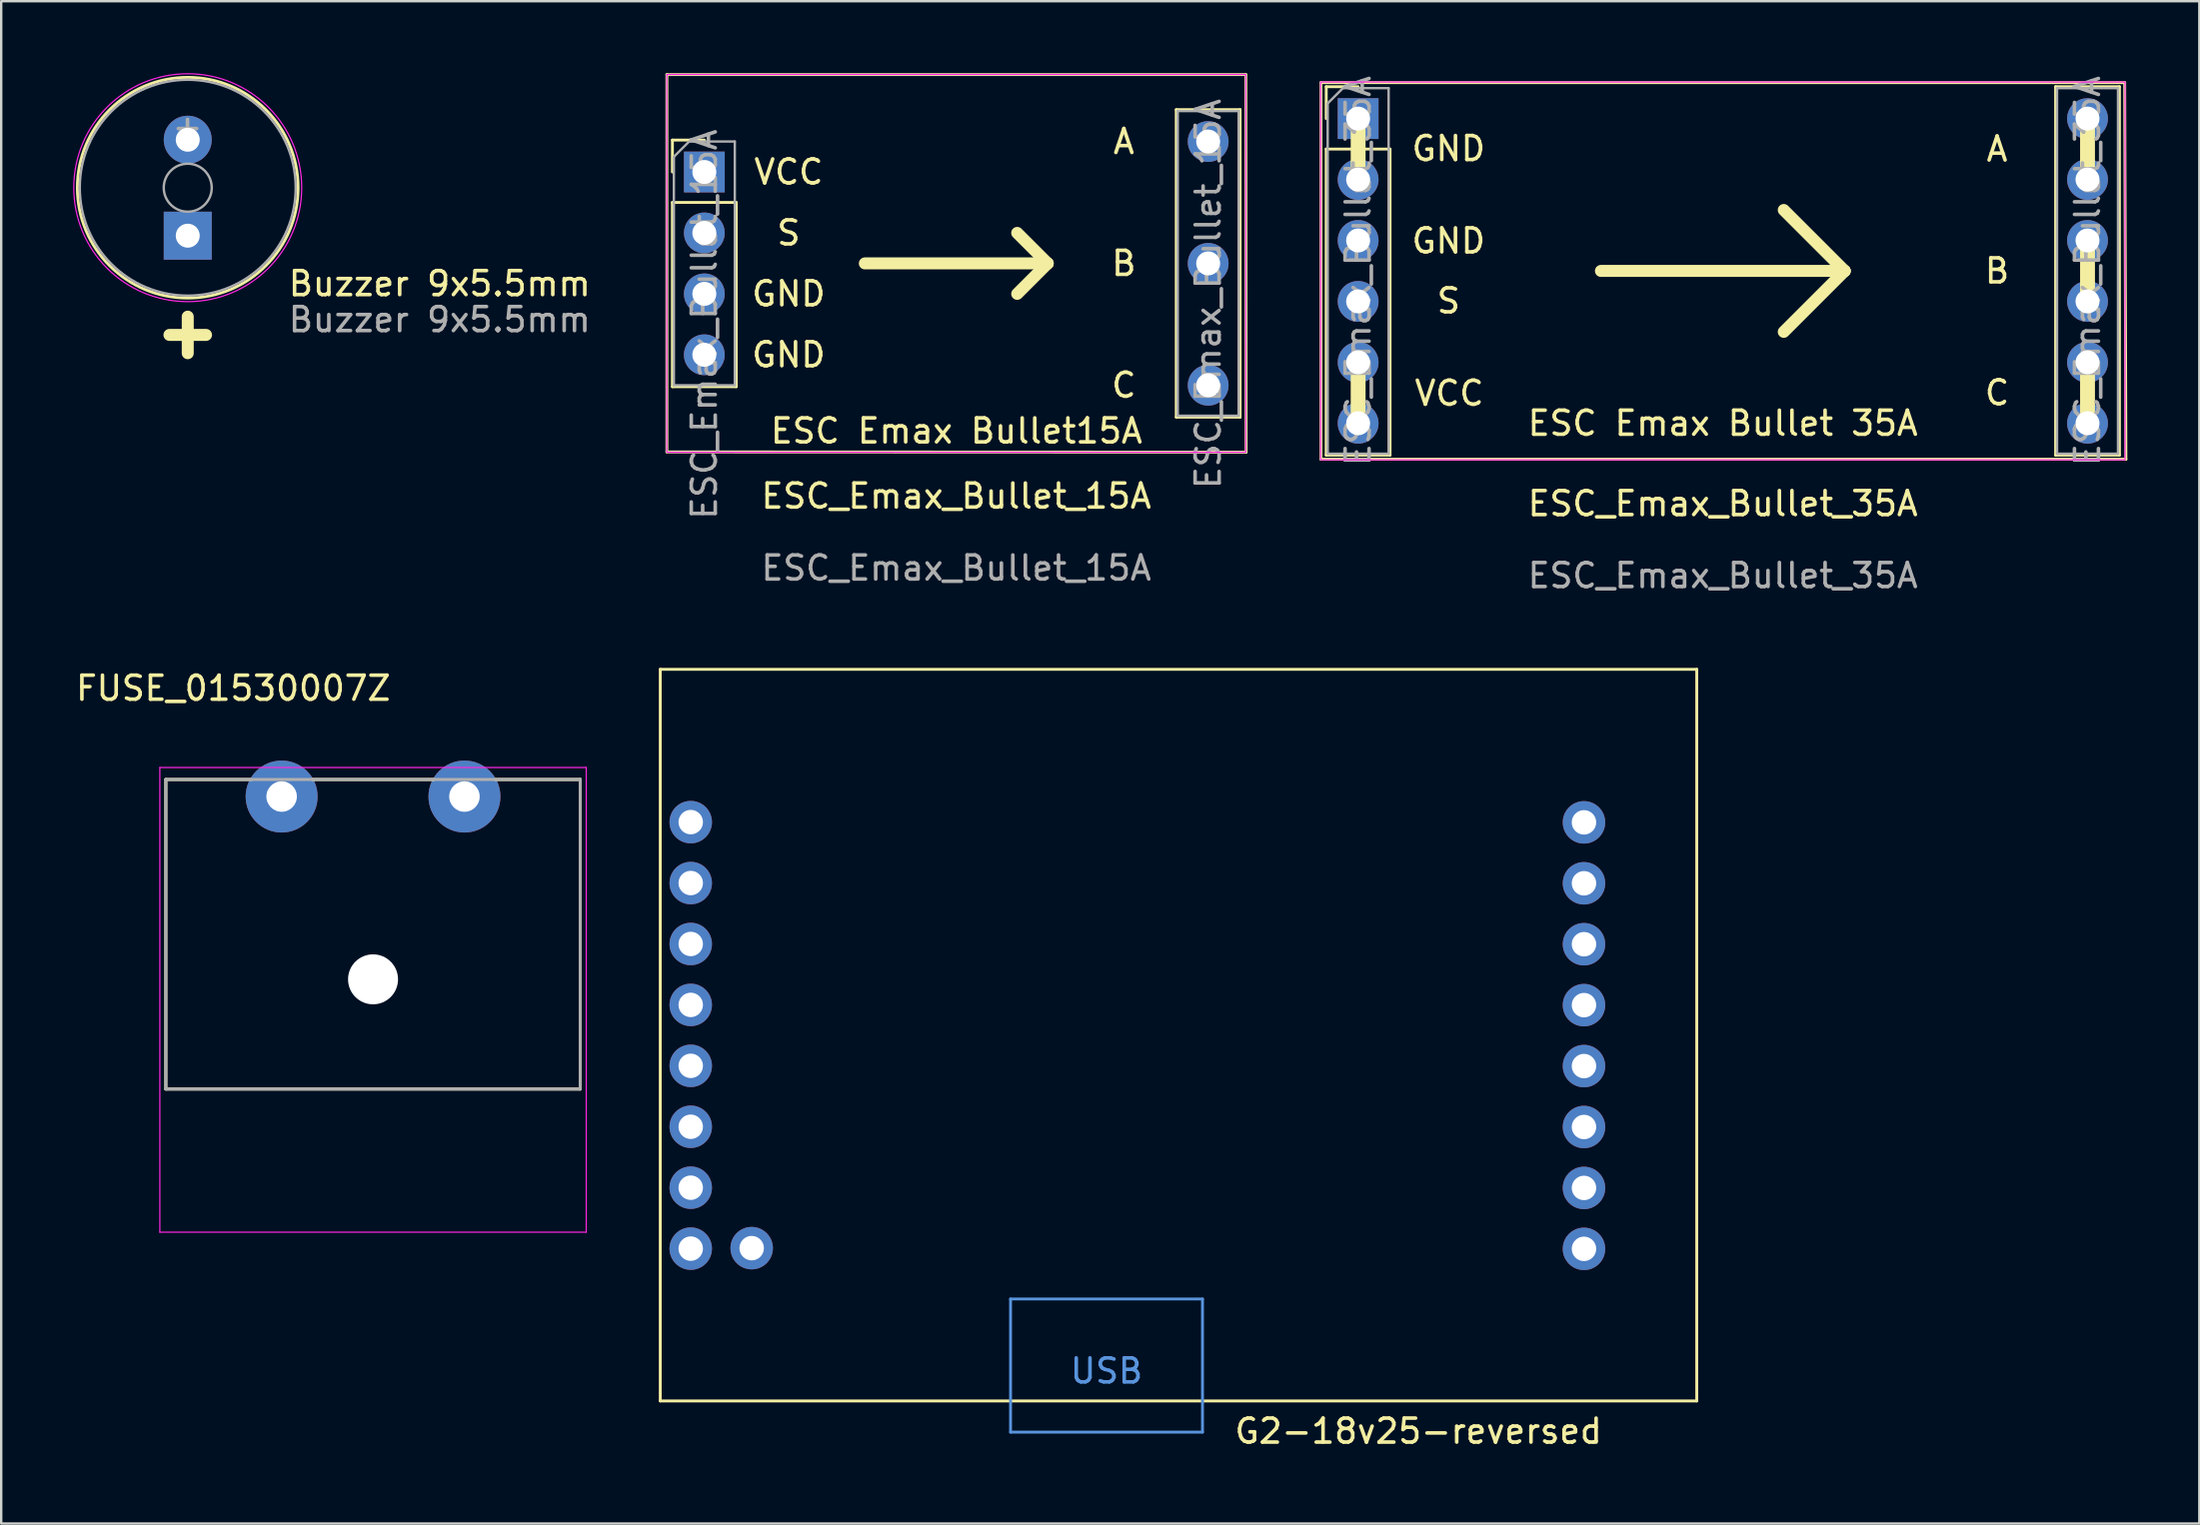
<source format=kicad_pcb>
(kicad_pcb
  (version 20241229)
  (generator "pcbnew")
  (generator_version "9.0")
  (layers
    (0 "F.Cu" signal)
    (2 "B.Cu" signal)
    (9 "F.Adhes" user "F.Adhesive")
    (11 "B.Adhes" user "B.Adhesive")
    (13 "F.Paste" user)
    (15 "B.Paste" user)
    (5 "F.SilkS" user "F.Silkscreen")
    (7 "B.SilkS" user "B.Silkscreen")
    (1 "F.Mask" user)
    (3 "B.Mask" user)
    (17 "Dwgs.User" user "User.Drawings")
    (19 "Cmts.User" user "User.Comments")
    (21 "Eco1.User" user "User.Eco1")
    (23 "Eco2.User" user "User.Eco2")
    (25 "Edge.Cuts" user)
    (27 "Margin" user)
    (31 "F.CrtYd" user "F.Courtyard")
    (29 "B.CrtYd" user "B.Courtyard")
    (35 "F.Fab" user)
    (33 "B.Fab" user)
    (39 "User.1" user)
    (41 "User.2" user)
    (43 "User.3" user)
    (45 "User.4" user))
  (footprint "ESC_Emax_Bullet_15A"
    (layer "F.Cu")
    (at 36.806 7.93)
    (property "Reference" "ESC_Emax_Bullet_15A" (at 0 9.7 0) (unlocked yes) (layer "F.SilkS") (effects (font (size 1 1) (thickness 0.15))))
    (attr through_hole)
    (fp_line (start -12.06 -7.87) (end 12.07 -7.87) (stroke (width 0.12) (type solid)) (layer "F.SilkS"))
    (fp_line (start -12.06 7.86) (end -12.06 -7.87) (stroke (width 0.12) (type solid)) (layer "F.SilkS"))
    (fp_line (start -11.83 -5.14) (end -10.5 -5.14) (stroke (width 0.12) (type solid)) (layer "F.SilkS"))
    (fp_line (start -11.83 -3.81) (end -11.83 -5.14) (stroke (width 0.12) (type solid)) (layer "F.SilkS"))
    (fp_line (start -11.83 -2.54) (end -11.83 5.14) (stroke (width 0.12) (type solid)) (layer "F.SilkS"))
    (fp_line (start -11.83 -2.54) (end -9.17 -2.54) (stroke (width 0.12) (type solid)) (layer "F.SilkS"))
    (fp_line (start -11.83 5.14) (end -9.17 5.14) (stroke (width 0.12) (type solid)) (layer "F.SilkS"))
    (fp_line (start -9.17 -2.54) (end -9.17 5.14) (stroke (width 0.12) (type solid)) (layer "F.SilkS"))
    (fp_line (start -3.81 0) (end 3.81 0) (stroke (width 0.5) (type solid)) (layer "F.SilkS"))
    (fp_line (start 2.54 -1.27) (end 3.81 0) (stroke (width 0.5) (type solid)) (layer "F.SilkS"))
    (fp_line (start 2.54 1.27) (end 3.81 0) (stroke (width 0.5) (type solid)) (layer "F.SilkS"))
    (fp_line (start 9.17 -6.41) (end 9.17 6.41) (stroke (width 0.12) (type solid)) (layer "F.SilkS"))
    (fp_line (start 9.17 -6.41) (end 11.83 -6.41) (stroke (width 0.12) (type solid)) (layer "F.SilkS"))
    (fp_line (start 9.17 6.41) (end 11.83 6.41) (stroke (width 0.12) (type solid)) (layer "F.SilkS"))
    (fp_line (start 11.83 -6.41) (end 11.83 6.41) (stroke (width 0.12) (type solid)) (layer "F.SilkS"))
    (fp_line (start 12.07 -7.87) (end 12.08 7.87) (stroke (width 0.12) (type solid)) (layer "F.SilkS"))
    (fp_line (start 12.08 7.87) (end -12.06 7.86) (stroke (width 0.12) (type solid)) (layer "F.SilkS"))
    (fp_rect (start -12.064 -7.874) (end 12.066 7.874) (stroke (width 0.05) (type solid)) (fill no) (layer "F.CrtYd"))
    (fp_line (start -11.77 -4.445) (end -11.135 -5.08) (stroke (width 0.1) (type solid)) (layer "F.Fab"))
    (fp_line (start -11.77 5.08) (end -11.77 -4.445) (stroke (width 0.1) (type solid)) (layer "F.Fab"))
    (fp_line (start -11.135 -5.08) (end -9.23 -5.08) (stroke (width 0.1) (type solid)) (layer "F.Fab"))
    (fp_line (start -9.23 -5.08) (end -9.23 5.08) (stroke (width 0.1) (type solid)) (layer "F.Fab"))
    (fp_line (start -9.23 5.08) (end -11.77 5.08) (stroke (width 0.1) (type solid)) (layer "F.Fab"))
    (fp_line (start 9.23 -6.35) (end 11.77 -6.35) (stroke (width 0.1) (type solid)) (layer "F.Fab"))
    (fp_line (start 9.23 6.35) (end 9.23 -6.35) (stroke (width 0.1) (type solid)) (layer "F.Fab"))
    (fp_line (start 11.77 -6.35) (end 11.77 6.35) (stroke (width 0.1) (type solid)) (layer "F.Fab"))
    (fp_line (start 11.77 6.35) (end 9.23 6.35) (stroke (width 0.1) (type solid)) (layer "F.Fab"))
    (fp_text user "B" (at 6.985 0 0) (unlocked yes) (layer "F.SilkS") (effects (font (size 1 1) (thickness 0.15))))
    (fp_text user "VCC" (at -6.985 -3.81 0) (unlocked yes) (layer "F.SilkS") (effects (font (size 1 1) (thickness 0.15))))
    (fp_text user "S" (at -6.985 -1.27 0) (unlocked yes) (layer "F.SilkS") (effects (font (size 1 1) (thickness 0.15))))
    (fp_text user "A" (at 6.985 -5.08 0) (unlocked yes) (layer "F.SilkS") (effects (font (size 1 1) (thickness 0.15))))
    (fp_text user "C" (at 6.985 5.08 0) (unlocked yes) (layer "F.SilkS") (effects (font (size 1 1) (thickness 0.15))))
    (fp_text user "GND" (at -6.985 3.81 0) (unlocked yes) (layer "F.SilkS") (effects (font (size 1 1) (thickness 0.15))))
    (fp_text user "ESC Emax Bullet15A" (at 0.01 6.985 0) (unlocked yes) (layer "F.SilkS") (effects (font (size 1 1) (thickness 0.15))))
    (fp_text user "GND" (at -6.985 1.27 0) (unlocked yes) (layer "F.SilkS") (effects (font (size 1 1) (thickness 0.15))))
    (fp_text user "${REFERENCE}" (at -10.5 2.54 90) (layer "F.Fab") (effects (font (size 1 1) (thickness 0.15))))
    (fp_text user "${REFERENCE}" (at 10.5 1.27 90) (layer "F.Fab") (effects (font (size 1 1) (thickness 0.15))))
    (fp_text user "${REFERENCE}" (at 0 12.7 0) (unlocked yes) (layer "F.Fab") (effects (font (size 1 1) (thickness 0.15))))
    (pad "1" thru_hole rect (at -10.5 -3.81) (size 1.7 1.7) (drill 1) (layers "*.Cu" "*.Mask"))
    (pad "2" thru_hole oval (at -10.5 -1.27) (size 1.7 1.7) (drill 1) (layers "*.Cu" "*.Mask"))
    (pad "3" thru_hole oval (at -10.5 1.27) (size 1.7 1.7) (drill 1) (layers "*.Cu" "*.Mask"))
    (pad "4" thru_hole oval (at -10.5 3.81) (size 1.7 1.7) (drill 1) (layers "*.Cu" "*.Mask"))
    (pad "5" thru_hole circle (at 10.5 -5.08) (size 1.7 1.7) (drill 1) (layers "*.Cu" "*.Mask"))
    (pad "6" thru_hole oval (at 10.5 0) (size 1.7 1.7) (drill 1) (layers "*.Cu" "*.Mask"))
    (pad "7" thru_hole oval (at 10.5 5.08) (size 1.7 1.7) (drill 1) (layers "*.Cu" "*.Mask")))
  (footprint "ESC_Emax_Bullet_35A"
    (layer "F.Cu")
    (at 68.756 8.244)
    (property "Reference" "ESC_Emax_Bullet_35A" (at 0 9.7 0) (unlocked yes) (layer "F.SilkS") (effects (font (size 1 1) (thickness 0.15))))
    (attr through_hole)
    (fp_line (start -16.75 -7.85) (end 16.75 -7.85) (stroke (width 0.12) (type solid)) (layer "F.SilkS"))
    (fp_line (start -16.75 7.85) (end -16.75 -7.85) (stroke (width 0.12) (type solid)) (layer "F.SilkS"))
    (fp_line (start -16.53 -7.68) (end -15.2 -7.68) (stroke (width 0.12) (type solid)) (layer "F.SilkS"))
    (fp_line (start -16.53 -6.35) (end -16.53 -7.68) (stroke (width 0.12) (type solid)) (layer "F.SilkS"))
    (fp_line (start -16.53 -5.08) (end -16.53 7.68) (stroke (width 0.12) (type solid)) (layer "F.SilkS"))
    (fp_line (start -16.53 -5.08) (end -13.87 -5.08) (stroke (width 0.12) (type solid)) (layer "F.SilkS"))
    (fp_line (start -16.53 7.68) (end -13.87 7.68) (stroke (width 0.12) (type solid)) (layer "F.SilkS"))
    (fp_line (start -13.87 -5.08) (end -13.87 7.68) (stroke (width 0.12) (type solid)) (layer "F.SilkS"))
    (fp_line (start -5.08 0) (end 5.08 0) (stroke (width 0.5) (type solid)) (layer "F.SilkS"))
    (fp_line (start 2.54 -2.54) (end 5.08 0) (stroke (width 0.5) (type solid)) (layer "F.SilkS"))
    (fp_line (start 5.08 0) (end 2.54 -2.54) (stroke (width 0.12) (type solid)) (layer "F.SilkS"))
    (fp_line (start 5.08 0) (end 2.54 2.54) (stroke (width 0.5) (type solid)) (layer "F.SilkS"))
    (fp_line (start 13.87 -7.68) (end 13.87 7.68) (stroke (width 0.12) (type solid)) (layer "F.SilkS"))
    (fp_line (start 13.87 -7.68) (end 16.53 -7.68) (stroke (width 0.12) (type solid)) (layer "F.SilkS"))
    (fp_line (start 13.87 7.68) (end 16.53 7.68) (stroke (width 0.12) (type solid)) (layer "F.SilkS"))
    (fp_line (start 16.53 -7.68) (end 16.53 7.68) (stroke (width 0.12) (type solid)) (layer "F.SilkS"))
    (fp_line (start 16.75 -7.85) (end 16.8 7.85) (stroke (width 0.12) (type solid)) (layer "F.SilkS"))
    (fp_line (start 16.8 7.85) (end -16.75 7.85) (stroke (width 0.12) (type solid)) (layer "F.SilkS"))
    (fp_rect (start -15.45 -6.6) (end -14.95 -3.6) (stroke (width 0.12) (type solid)) (fill yes) (layer "F.SilkS"))
    (fp_rect (start -15.45 6.55) (end -14.95 3.55) (stroke (width 0.12) (type solid)) (fill yes) (layer "F.SilkS"))
    (fp_rect (start 14.95 -6.55) (end 15.45 -3.55) (stroke (width 0.12) (type solid)) (fill yes) (layer "F.SilkS"))
    (fp_rect (start 14.95 -1.5) (end 15.45 1.5) (stroke (width 0.12) (type solid)) (fill yes) (layer "F.SilkS"))
    (fp_rect (start 14.95 3.6) (end 15.45 6.6) (stroke (width 0.12) (type solid)) (fill yes) (layer "F.SilkS"))
    (fp_rect (start -16.764 -7.874) (end 16.764 7.874) (stroke (width 0.05) (type solid)) (fill no) (layer "F.CrtYd"))
    (fp_line (start -16.47 -6.985) (end -15.835 -7.62) (stroke (width 0.1) (type solid)) (layer "F.Fab"))
    (fp_line (start -16.47 7.62) (end -16.47 -6.985) (stroke (width 0.1) (type solid)) (layer "F.Fab"))
    (fp_line (start -15.835 -7.62) (end -13.93 -7.62) (stroke (width 0.1) (type solid)) (layer "F.Fab"))
    (fp_line (start -13.93 -7.62) (end -13.93 7.62) (stroke (width 0.1) (type solid)) (layer "F.Fab"))
    (fp_line (start -13.93 7.62) (end -16.47 7.62) (stroke (width 0.1) (type solid)) (layer "F.Fab"))
    (fp_line (start 13.93 -7.62) (end 16.47 -7.62) (stroke (width 0.1) (type solid)) (layer "F.Fab"))
    (fp_line (start 13.93 7.62) (end 13.93 -7.62) (stroke (width 0.1) (type solid)) (layer "F.Fab"))
    (fp_line (start 16.47 -7.62) (end 16.47 7.62) (stroke (width 0.1) (type solid)) (layer "F.Fab"))
    (fp_line (start 16.47 7.62) (end 13.93 7.62) (stroke (width 0.1) (type solid)) (layer "F.Fab"))
    (fp_text user "B" (at 11.43 0 0) (unlocked yes) (layer "F.SilkS") (effects (font (size 1 1) (thickness 0.15))))
    (fp_text user "ESC Emax Bullet 35A" (at 0 6.35 0) (unlocked yes) (layer "F.SilkS") (effects (font (size 1 1) (thickness 0.15))))
    (fp_text user "A" (at 11.43 -5.08 0) (unlocked yes) (layer "F.SilkS") (effects (font (size 1 1) (thickness 0.15))))
    (fp_text user "S" (at -11.43 1.25 0) (unlocked yes) (layer "F.SilkS") (effects (font (size 1 1) (thickness 0.15))))
    (fp_text user "GND" (at -11.43 -5.1 0) (unlocked yes) (layer "F.SilkS") (effects (font (size 1 1) (thickness 0.15))))
    (fp_text user "C" (at 11.43 5.08 0) (unlocked yes) (layer "F.SilkS") (effects (font (size 1 1) (thickness 0.15))))
    (fp_text user "VCC" (at -11.4 5.1 0) (unlocked yes) (layer "F.SilkS") (effects (font (size 1 1) (thickness 0.15))))
    (fp_text user "GND" (at -11.43 -1.25 0) (unlocked yes) (layer "F.SilkS") (effects (font (size 1 1) (thickness 0.15))))
    (fp_text user "${REFERENCE}" (at 15.2 0 90) (layer "F.Fab") (effects (font (size 1 1) (thickness 0.15))))
    (fp_text user "${REFERENCE}" (at 0 12.7 0) (unlocked yes) (layer "F.Fab") (effects (font (size 1 1) (thickness 0.15))))
    (fp_text user "${REFERENCE}" (at -15.2 0 90) (layer "F.Fab") (effects (font (size 1 1) (thickness 0.15))))
    (pad "1" thru_hole rect (at -15.2 -6.35) (size 1.7 1.7) (drill 1) (layers "*.Cu" "*.Mask"))
    (pad "2" thru_hole oval (at -15.2 -3.81) (size 1.7 1.7) (drill 1) (layers "*.Cu" "*.Mask"))
    (pad "3" thru_hole oval (at -15.2 -1.27) (size 1.7 1.7) (drill 1) (layers "*.Cu" "*.Mask"))
    (pad "4" thru_hole oval (at -15.2 1.27) (size 1.7 1.7) (drill 1) (layers "*.Cu" "*.Mask"))
    (pad "5" thru_hole oval (at -15.2 3.81) (size 1.7 1.7) (drill 1) (layers "*.Cu" "*.Mask"))
    (pad "6" thru_hole oval (at -15.2 6.35) (size 1.7 1.7) (drill 1) (layers "*.Cu" "*.Mask"))
    (pad "7" thru_hole circle (at 15.2 -6.35) (size 1.7 1.7) (drill 1) (layers "*.Cu" "*.Mask"))
    (pad "8" thru_hole oval (at 15.2 -3.81) (size 1.7 1.7) (drill 1) (layers "*.Cu" "*.Mask"))
    (pad "9" thru_hole oval (at 15.2 -1.27) (size 1.7 1.7) (drill 1) (layers "*.Cu" "*.Mask"))
    (pad "10" thru_hole oval (at 15.2 1.27) (size 1.7 1.7) (drill 1) (layers "*.Cu" "*.Mask"))
    (pad "11" thru_hole oval (at 15.2 3.81) (size 1.7 1.7) (drill 1) (layers "*.Cu" "*.Mask"))
    (pad "12" thru_hole oval (at 15.2 6.35) (size 1.7 1.7) (drill 1) (layers "*.Cu" "*.Mask")))
  (footprint "FUSE_01530007Z"
    (layer "F.Cu")
    (at 12.498 37.776)
    (property "Reference" "FUSE_01530007Z" (at -5.825 -12.135 0) (layer "F.SilkS") (effects (font (size 1 1) (thickness 0.15))))
    (attr through_hole)
    (fp_line (start -8.636 -8.331) (end -8.636 4.572) (stroke (width 0.127) (type solid)) (layer "F.SilkS"))
    (fp_line (start -8.636 4.572) (end 8.636 4.572) (stroke (width 0.127) (type solid)) (layer "F.SilkS"))
    (fp_line (start -5.1 -8.331) (end -8.636 -8.331) (stroke (width 0.127) (type solid)) (layer "F.SilkS"))
    (fp_line (start 2.53 -8.331) (end -2.53 -8.331) (stroke (width 0.127) (type solid)) (layer "F.SilkS"))
    (fp_line (start 8.636 -8.331) (end 5.1 -8.331) (stroke (width 0.127) (type solid)) (layer "F.SilkS"))
    (fp_line (start 8.636 4.572) (end 8.636 -8.331) (stroke (width 0.127) (type solid)) (layer "F.SilkS"))
    (fp_line (start -8.886 -8.831) (end 8.886 -8.831) (stroke (width 0.05) (type solid)) (layer "F.CrtYd"))
    (fp_line (start -8.886 10.541) (end -8.886 -8.831) (stroke (width 0.05) (type solid)) (layer "F.CrtYd"))
    (fp_line (start 8.886 -8.831) (end 8.886 10.541) (stroke (width 0.05) (type solid)) (layer "F.CrtYd"))
    (fp_line (start 8.886 10.541) (end -8.886 10.541) (stroke (width 0.05) (type solid)) (layer "F.CrtYd"))
    (fp_line (start -8.636 -8.331) (end 8.636 -8.331) (stroke (width 0.127) (type solid)) (layer "F.Fab"))
    (fp_line (start -8.636 4.572) (end -8.636 -8.331) (stroke (width 0.127) (type solid)) (layer "F.Fab"))
    (fp_line (start 8.636 -8.331) (end 8.636 4.572) (stroke (width 0.127) (type solid)) (layer "F.Fab"))
    (fp_line (start 8.636 4.572) (end -8.636 4.572) (stroke (width 0.127) (type solid)) (layer "F.Fab"))
    (pad "" np_thru_hole circle (at 0 0) (size 2.083 2.083) (drill 2.083) (layers "*.Cu" "*.Mask"))
    (pad "1" thru_hole circle (at -3.81 -7.62) (size 3 3) (drill 1.27) (layers "*.Cu" "*.Mask"))
    (pad "2" thru_hole circle (at 3.81 -7.62) (size 3 3) (drill 1.27) (layers "*.Cu" "*.Mask")))
  (footprint "G2-18v25-reversed"
    (layer "F.Cu")
    (at 46.069 40.102)
    (property "Reference" "G2-18v25-reversed" (at 10 16.51 0) (layer "F.SilkS") (effects (font (size 1 1) (thickness 0.15))))
    (attr through_hole)
    (fp_line (start -21.6 -15.25) (end 21.6 -15.25) (stroke (width 0.12) (type solid)) (layer "F.SilkS"))
    (fp_line (start -21.6 15.25) (end -21.6 -15.25) (stroke (width 0.12) (type solid)) (layer "F.SilkS"))
    (fp_line (start 21.6 -15.25) (end 21.6 15.25) (stroke (width 0.12) (type solid)) (layer "F.SilkS"))
    (fp_line (start 21.6 15.25) (end -21.6 15.25) (stroke (width 0.12) (type solid)) (layer "F.SilkS"))
    (fp_line (start -7 11) (end 1 11) (stroke (width 0.12) (type solid)) (layer "Cmts.User"))
    (fp_line (start -7 16.55) (end -7 11) (stroke (width 0.12) (type solid)) (layer "Cmts.User"))
    (fp_line (start 1 11) (end 1 16.55) (stroke (width 0.12) (type solid)) (layer "Cmts.User"))
    (fp_line (start 1 16.55) (end -7 16.55) (stroke (width 0.12) (type solid)) (layer "Cmts.User"))
    (fp_text user "USB" (at -3 14 180) (layer "Cmts.User") (effects (font (size 1 1) (thickness 0.15))))
    (pad "1" thru_hole circle (at -20.33 -8.88) (size 1.77 1.77) (drill 1.02) (layers "*.Cu" "*.Mask"))
    (pad "1" thru_hole circle (at -17.79 8.88) (size 1.77 1.77) (drill 1.02) (layers "*.Cu" "*.Mask"))
    (pad "2" thru_hole circle (at -20.33 8.9) (size 1.77 1.77) (drill 1.02) (layers "*.Cu" "*.Mask"))
    (pad "3" thru_hole circle (at -20.33 6.36) (size 1.77 1.77) (drill 1.02) (layers "*.Cu" "*.Mask"))
    (pad "4" thru_hole circle (at -20.33 3.82) (size 1.77 1.77) (drill 1.02) (layers "*.Cu" "*.Mask"))
    (pad "5" thru_hole circle (at -20.33 1.28) (size 1.77 1.77) (drill 1.02) (layers "*.Cu" "*.Mask"))
    (pad "6" thru_hole circle (at -20.33 -1.26) (size 1.77 1.77) (drill 1.02) (layers "*.Cu" "*.Mask"))
    (pad "7" thru_hole circle (at -20.33 -3.8) (size 1.77 1.77) (drill 1.02) (layers "*.Cu" "*.Mask"))
    (pad "8" thru_hole circle (at -20.33 -6.34) (size 1.77 1.77) (drill 1.02) (layers "*.Cu" "*.Mask"))
    (pad "9" thru_hole circle (at 16.9 6.37) (size 1.77 1.77) (drill 1.02) (layers "*.Cu" "*.Mask"))
    (pad "9" thru_hole circle (at 16.9 8.91) (size 1.77 1.77) (drill 1.02) (layers "*.Cu" "*.Mask"))
    (pad "10" thru_hole circle (at 16.9 1.29) (size 1.77 1.77) (drill 1.02) (layers "*.Cu" "*.Mask"))
    (pad "10" thru_hole circle (at 16.9 3.83) (size 1.77 1.77) (drill 1.02) (layers "*.Cu" "*.Mask"))
    (pad "11" thru_hole circle (at 16.9 -3.79) (size 1.77 1.77) (drill 1.02) (layers "*.Cu" "*.Mask"))
    (pad "11" thru_hole circle (at 16.9 -1.25) (size 1.77 1.77) (drill 1.02) (layers "*.Cu" "*.Mask"))
    (pad "12" thru_hole circle (at 16.9 -8.87) (size 1.77 1.77) (drill 1.02) (layers "*.Cu" "*.Mask"))
    (pad "12" thru_hole circle (at 16.9 -6.33) (size 1.77 1.77) (drill 1.02) (layers "*.Cu" "*.Mask")))
  (footprint "Buzzer 9x5.5mm"
    (layer "F.Cu")
    (at 4.775 4.775)
    (property "Reference" "Buzzer 9x5.5mm" (at 10.5 4 0) (layer "F.SilkS") (effects (font (size 1 1) (thickness 0.15))))
    (attr through_hole)
    (fp_circle (center 0 0) (end 4.6 0) (stroke (width 0.12) (type solid)) (fill no) (layer "F.SilkS"))
    (fp_circle (center 0 0) (end 4.75 0) (stroke (width 0.05) (type solid)) (fill no) (layer "F.CrtYd"))
    (fp_circle (center 0 0) (end 1 0) (stroke (width 0.1) (type solid)) (fill no) (layer "F.Fab"))
    (fp_circle (center 0 0) (end 4.5 0) (stroke (width 0.1) (type solid)) (fill no) (layer "F.Fab"))
    (fp_text user "+" (at 0 6 0) (layer "F.SilkS") (effects (font (size 2 2) (thickness 0.5) (bold yes))))
    (fp_text user "${REFERENCE}" (at 10.5 5.5 0) (layer "F.Fab") (effects (font (size 1 1) (thickness 0.15))))
    (fp_text user "+" (at -0.01 -2.54 0) (layer "F.Fab") (effects (font (size 1 1) (thickness 0.15))))
    (pad "1" thru_hole rect (at 0 2) (size 2 2) (drill 1) (layers "*.Cu" "*.Mask"))
    (pad "2" thru_hole circle (at 0 -2) (size 2 2) (drill 1) (layers "*.Cu" "*.Mask")))
  (gr_rect
    (start -3 -3)
    (end 88.616 60.461)
    (stroke (width 0.1) (type default))
    (fill no)
    (layer "Edge.Cuts")))
</source>
